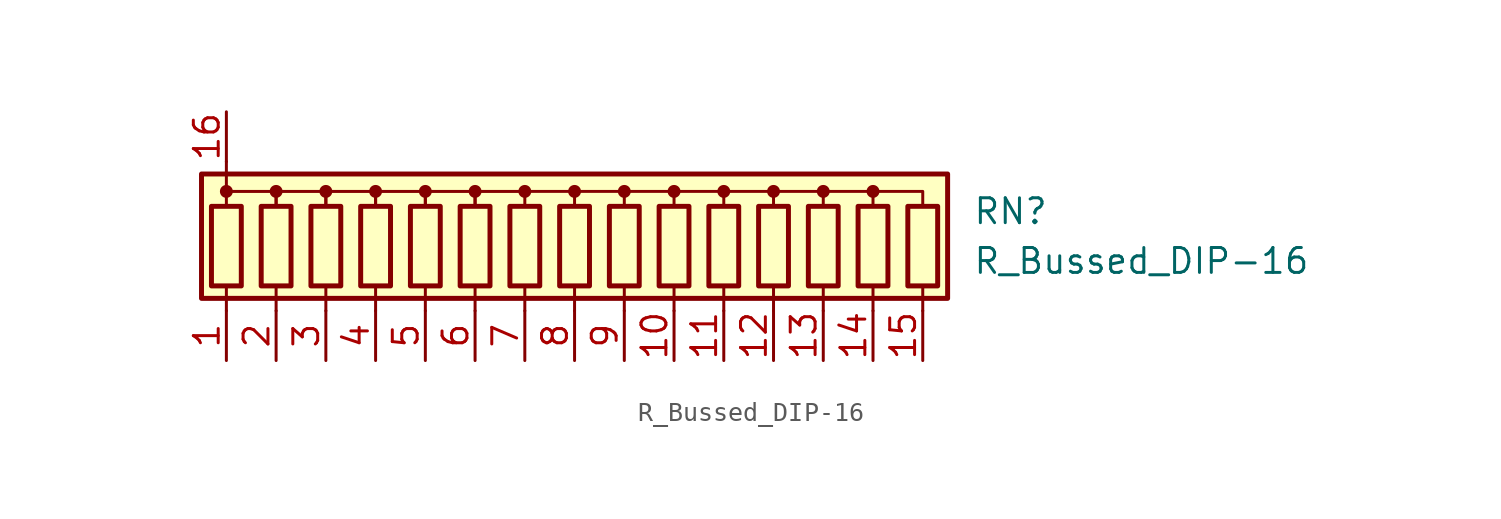
<source format=kicad_sym>
(kicad_symbol_lib
  (version 20211014)
  (generator kicad_symbol_editor)
  (symbol "R_Bussed_DIP-16"
    (pin_names
      (offset 0.002) hide)
    (property "Reference" "RN"
      (at 20.32 1.27 0)
      (effects (font (size 1.27 1.27)) (justify left)))
    (property "Value" "R_Bussed_DIP-16"
      (at 20.32 -1.27 0)
      (effects (font (size 1.27 1.27)) (justify left)))
    (symbol "R_Bussed_DIP-16_0_1"
      (rectangle (start -19.05 3.175) (end 19.05 -3.175) (stroke (width 0.254) (type default) (color 0 0 0 0)) (fill (type background)))
      (rectangle (start -18.542 1.524) (end -17.018 -2.54) (stroke (width 0.254) (type default) (color 0 0 0 0)) (fill (type none)))
      (circle (center -17.78 2.286) (radius 0.254) (stroke (width 0) (type default) (color 0 0 0 0)) (fill (type outline)))
      (rectangle (start -16.002 1.524) (end -14.478 -2.54) (stroke (width 0.254) (type default) (color 0 0 0 0)) (fill (type none)))
      (circle (center -15.24 2.286) (radius 0.254) (stroke (width 0) (type default) (color 0 0 0 0)) (fill (type outline)))
      (rectangle (start -13.462 1.524) (end -11.938 -2.54) (stroke (width 0.254) (type default) (color 0 0 0 0)) (fill (type none)))
      (circle (center -12.7 2.286) (radius 0.254) (stroke (width 0) (type default) (color 0 0 0 0)) (fill (type outline)))
      (rectangle (start -10.922 1.524) (end -9.398 -2.54) (stroke (width 0.254) (type default) (color 0 0 0 0)) (fill (type none)))
      (circle (center -10.16 2.286) (radius 0.254) (stroke (width 0) (type default) (color 0 0 0 0)) (fill (type outline)))
      (rectangle (start -8.382 1.524) (end -6.858 -2.54) (stroke (width 0.254) (type default) (color 0 0 0 0)) (fill (type none)))
      (circle (center -7.62 2.286) (radius 0.254) (stroke (width 0) (type default) (color 0 0 0 0)) (fill (type outline)))
      (rectangle (start -5.842 1.524) (end -4.318 -2.54) (stroke (width 0.254) (type default) (color 0 0 0 0)) (fill (type none)))
      (circle (center -5.08 2.286) (radius 0.254) (stroke (width 0) (type default) (color 0 0 0 0)) (fill (type outline)))
      (rectangle (start -3.302 1.524) (end -1.778 -2.54) (stroke (width 0.254) (type default) (color 0 0 0 0)) (fill (type none)))
      (circle (center -2.54 2.286) (radius 0.254) (stroke (width 0) (type default) (color 0 0 0 0)) (fill (type outline)))
      (rectangle (start -0.762 1.524) (end 0.762 -2.54) (stroke (width 0.254) (type default) (color 0 0 0 0)) (fill (type none)))
      (polyline (pts (xy -17.78 -2.54) (xy -17.78 -3.81)) (stroke (width 0) (type default) (color 0 0 0 0)) (fill (type none)))
      (polyline (pts (xy -17.78 3.81) (xy -17.78 2.54)) (stroke (width 0) (type default) (color 0 0 0 0)) (fill (type none)))
      (polyline (pts (xy -15.24 -2.54) (xy -15.24 -3.81)) (stroke (width 0) (type default) (color 0 0 0 0)) (fill (type none)))
      (polyline (pts (xy -12.7 -2.54) (xy -12.7 -3.81)) (stroke (width 0) (type default) (color 0 0 0 0)) (fill (type none)))
      (polyline (pts (xy -10.16 -2.54) (xy -10.16 -3.81)) (stroke (width 0) (type default) (color 0 0 0 0)) (fill (type none)))
      (polyline (pts (xy -7.62 -2.54) (xy -7.62 -3.81)) (stroke (width 0) (type default) (color 0 0 0 0)) (fill (type none)))
      (polyline (pts (xy -5.08 -2.54) (xy -5.08 -3.81)) (stroke (width 0) (type default) (color 0 0 0 0)) (fill (type none)))
      (polyline (pts (xy -2.54 -2.54) (xy -2.54 -3.81)) (stroke (width 0) (type default) (color 0 0 0 0)) (fill (type none)))
      (polyline (pts (xy 0 -2.54) (xy 0 -3.81)) (stroke (width 0) (type default) (color 0 0 0 0)) (fill (type none)))
      (polyline (pts (xy 2.54 -2.54) (xy 2.54 -3.81)) (stroke (width 0) (type default) (color 0 0 0 0)) (fill (type none)))
      (polyline (pts (xy 5.08 -2.54) (xy 5.08 -3.81)) (stroke (width 0) (type default) (color 0 0 0 0)) (fill (type none)))
      (polyline (pts (xy 7.62 -2.54) (xy 7.62 -3.81)) (stroke (width 0) (type default) (color 0 0 0 0)) (fill (type none)))
      (polyline (pts (xy 10.16 -2.54) (xy 10.16 -3.81)) (stroke (width 0) (type default) (color 0 0 0 0)) (fill (type none)))
      (polyline (pts (xy 12.7 -2.54) (xy 12.7 -3.81)) (stroke (width 0) (type default) (color 0 0 0 0)) (fill (type none)))
      (polyline (pts (xy 15.24 -2.54) (xy 15.24 -3.81)) (stroke (width 0) (type default) (color 0 0 0 0)) (fill (type none)))
      (polyline (pts (xy 17.78 -2.54) (xy 17.78 -3.81)) (stroke (width 0) (type default) (color 0 0 0 0)) (fill (type none)))
      (polyline (pts (xy 0 1.524) (xy 0 2.286) (xy -2.54 2.286)) (stroke (width 0.152) (type default) (color 0 0 0 0)) (fill (type none)))
      (polyline (pts (xy 2.54 1.524) (xy 2.54 2.286) (xy 0 2.286)) (stroke (width 0.152) (type default) (color 0 0 0 0)) (fill (type none)))
      (polyline (pts (xy 5.08 1.524) (xy 5.08 2.286) (xy 2.54 2.286)) (stroke (width 0.152) (type default) (color 0 0 0 0)) (fill (type none)))
      (polyline (pts (xy 7.62 1.524) (xy 7.62 2.286) (xy 5.08 2.286)) (stroke (width 0.152) (type default) (color 0 0 0 0)) (fill (type none)))
      (polyline (pts (xy 10.16 1.524) (xy 10.16 2.286) (xy 7.62 2.286)) (stroke (width 0.152) (type default) (color 0 0 0 0)) (fill (type none)))
      (polyline (pts (xy 12.7 1.524) (xy 12.7 2.286) (xy 10.16 2.286)) (stroke (width 0.152) (type default) (color 0 0 0 0)) (fill (type none)))
      (polyline (pts (xy 15.24 1.524) (xy 15.24 2.286) (xy 12.7 2.286)) (stroke (width 0.152) (type default) (color 0 0 0 0)) (fill (type none)))
      (polyline (pts (xy 17.78 1.524) (xy 17.78 2.286) (xy 15.24 2.286)) (stroke (width 0.152) (type default) (color 0 0 0 0)) (fill (type none)))
      (polyline (pts (xy -17.78 1.524) (xy -17.78 2.286) (xy -15.24 2.286) (xy -15.24 1.524)) (stroke (width 0) (type default) (color 0 0 0 0)) (fill (type none)))
      (polyline (pts (xy -15.24 1.524) (xy -15.24 2.286) (xy -12.7 2.286) (xy -12.7 1.524)) (stroke (width 0) (type default) (color 0 0 0 0)) (fill (type none)))
      (polyline (pts (xy -12.7 1.524) (xy -12.7 2.286) (xy -10.16 2.286) (xy -10.16 1.524)) (stroke (width 0) (type default) (color 0 0 0 0)) (fill (type none)))
      (polyline (pts (xy -10.16 1.524) (xy -10.16 2.286) (xy -7.62 2.286) (xy -7.62 1.524)) (stroke (width 0) (type default) (color 0 0 0 0)) (fill (type none)))
      (polyline (pts (xy -7.62 1.524) (xy -7.62 2.286) (xy -5.08 2.286) (xy -5.08 1.524)) (stroke (width 0) (type default) (color 0 0 0 0)) (fill (type none)))
      (polyline (pts (xy -5.08 1.524) (xy -5.08 2.286) (xy -2.54 2.286) (xy -2.54 1.524)) (stroke (width 0) (type default) (color 0 0 0 0)) (fill (type none)))
      (circle (center 0 2.286) (radius 0.254) (stroke (width 0) (type default) (color 0 0 0 0)) (fill (type outline)))
      (rectangle (start 1.778 1.524) (end 3.302 -2.54) (stroke (width 0.254) (type default) (color 0 0 0 0)) (fill (type none)))
      (circle (center 2.54 2.286) (radius 0.254) (stroke (width 0) (type default) (color 0 0 0 0)) (fill (type outline)))
      (rectangle (start 4.318 1.524) (end 5.842 -2.54) (stroke (width 0.254) (type default) (color 0 0 0 0)) (fill (type none)))
      (circle (center 5.08 2.286) (radius 0.254) (stroke (width 0) (type default) (color 0 0 0 0)) (fill (type outline)))
      (rectangle (start 6.858 1.524) (end 8.382 -2.54) (stroke (width 0.254) (type default) (color 0 0 0 0)) (fill (type none)))
      (circle (center 7.62 2.286) (radius 0.254) (stroke (width 0) (type default) (color 0 0 0 0)) (fill (type outline)))
      (rectangle (start 9.398 1.524) (end 10.922 -2.54) (stroke (width 0.254) (type default) (color 0 0 0 0)) (fill (type none)))
      (circle (center 10.16 2.286) (radius 0.254) (stroke (width 0) (type default) (color 0 0 0 0)) (fill (type outline)))
      (rectangle (start 11.938 1.524) (end 13.462 -2.54) (stroke (width 0.254) (type default) (color 0 0 0 0)) (fill (type none)))
      (circle (center 12.7 2.286) (radius 0.254) (stroke (width 0) (type default) (color 0 0 0 0)) (fill (type outline)))
      (rectangle (start 14.478 1.524) (end 16.002 -2.54) (stroke (width 0.254) (type default) (color 0 0 0 0)) (fill (type none)))
      (circle (center 15.24 2.286) (radius 0.254) (stroke (width 0) (type default) (color 0 0 0 0)) (fill (type outline)))
      (rectangle (start 17.018 1.524) (end 18.542 -2.54) (stroke (width 0.254) (type default) (color 0 0 0 0)) (fill (type none))))
    (symbol "R_Bussed_DIP-16_1_1"
      (pin passive line (at -17.78 -6.35 90) (length 2.54) (name "R1" (effects (font (size 1.27 1.27)))) (number "1" (effects (font (size 1.27 1.27)))))
      (pin passive line (at 5.08 -6.35 90) (length 2.54) (name "R10" (effects (font (size 1.27 1.27)))) (number "10" (effects (font (size 1.27 1.27)))))
      (pin passive line (at 7.62 -6.35 90) (length 2.54) (name "R11" (effects (font (size 1.27 1.27)))) (number "11" (effects (font (size 1.27 1.27)))))
      (pin passive line (at 10.16 -6.35 90) (length 2.54) (name "R12" (effects (font (size 1.27 1.27)))) (number "12" (effects (font (size 1.27 1.27)))))
      (pin passive line (at 12.7 -6.35 90) (length 2.54) (name "R13" (effects (font (size 1.27 1.27)))) (number "13" (effects (font (size 1.27 1.27)))))
      (pin passive line (at 15.24 -6.35 90) (length 2.54) (name "R14" (effects (font (size 1.27 1.27)))) (number "14" (effects (font (size 1.27 1.27)))))
      (pin passive line (at 17.78 -6.35 90) (length 2.54) (name "R15" (effects (font (size 1.27 1.27)))) (number "15" (effects (font (size 1.27 1.27)))))
      (pin passive line (at -17.78 6.35 270) (length 2.54) (name "common" (effects (font (size 1.27 1.27)))) (number "16" (effects (font (size 1.27 1.27)))))
      (pin passive line (at -15.24 -6.35 90) (length 2.54) (name "R2" (effects (font (size 1.27 1.27)))) (number "2" (effects (font (size 1.27 1.27)))))
      (pin passive line (at -12.7 -6.35 90) (length 2.54) (name "R3" (effects (font (size 1.27 1.27)))) (number "3" (effects (font (size 1.27 1.27)))))
      (pin passive line (at -10.16 -6.35 90) (length 2.54) (name "R4" (effects (font (size 1.27 1.27)))) (number "4" (effects (font (size 1.27 1.27)))))
      (pin passive line (at -7.62 -6.35 90) (length 2.54) (name "R5" (effects (font (size 1.27 1.27)))) (number "5" (effects (font (size 1.27 1.27)))))
      (pin passive line (at -5.08 -6.35 90) (length 2.54) (name "R6" (effects (font (size 1.27 1.27)))) (number "6" (effects (font (size 1.27 1.27)))))
      (pin passive line (at -2.54 -6.35 90) (length 2.54) (name "R7" (effects (font (size 1.27 1.27)))) (number "7" (effects (font (size 1.27 1.27)))))
      (pin passive line (at 0 -6.35 90) (length 2.54) (name "R8" (effects (font (size 1.27 1.27)))) (number "8" (effects (font (size 1.27 1.27)))))
      (pin passive line (at 2.54 -6.35 90) (length 2.54) (name "R9" (effects (font (size 1.27 1.27)))) (number "9" (effects (font (size 1.27 1.27))))))))
</source>
